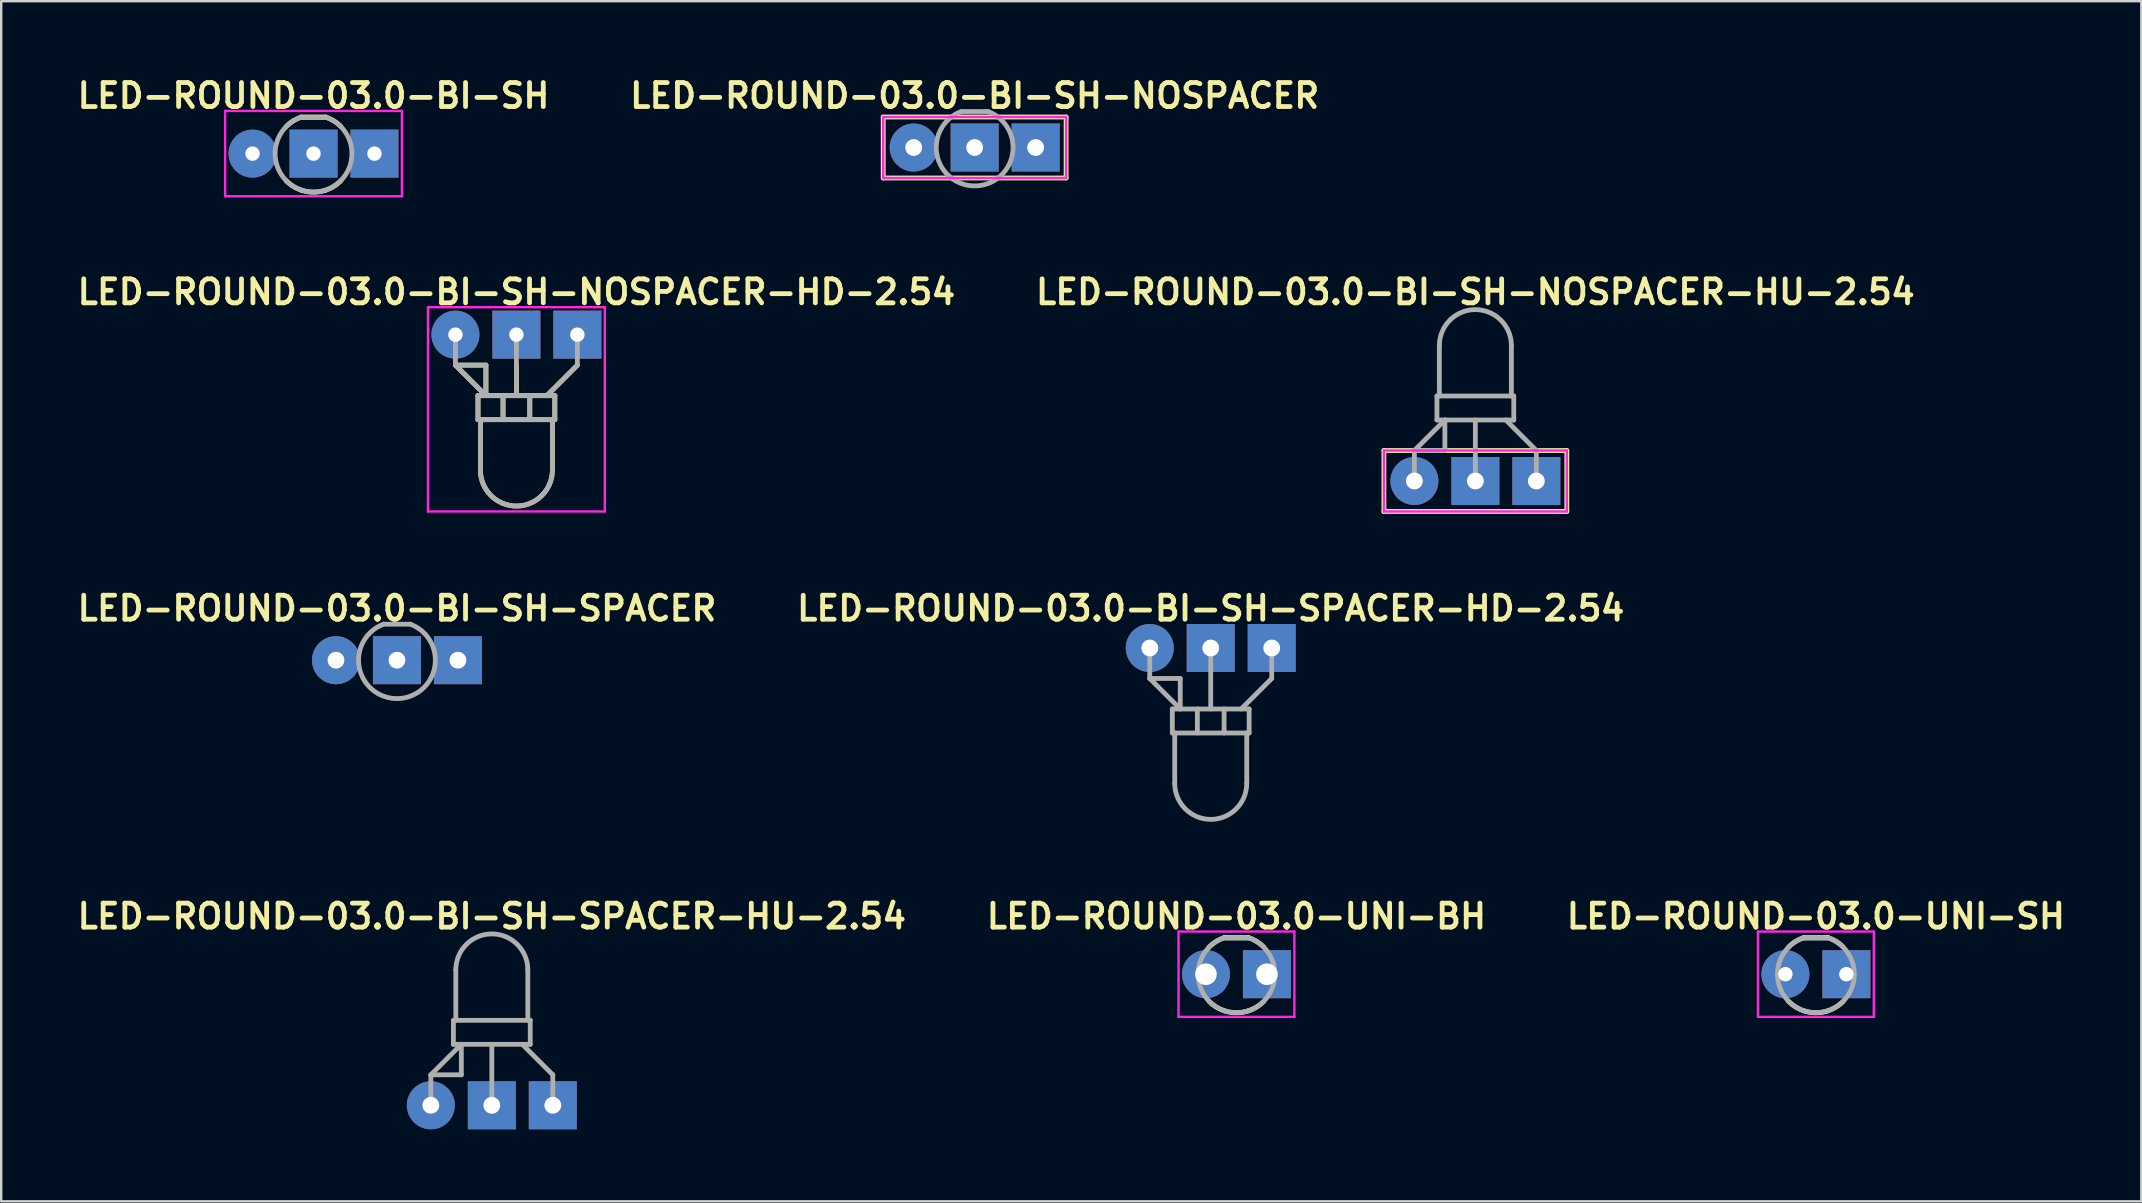
<source format=kicad_pcb>
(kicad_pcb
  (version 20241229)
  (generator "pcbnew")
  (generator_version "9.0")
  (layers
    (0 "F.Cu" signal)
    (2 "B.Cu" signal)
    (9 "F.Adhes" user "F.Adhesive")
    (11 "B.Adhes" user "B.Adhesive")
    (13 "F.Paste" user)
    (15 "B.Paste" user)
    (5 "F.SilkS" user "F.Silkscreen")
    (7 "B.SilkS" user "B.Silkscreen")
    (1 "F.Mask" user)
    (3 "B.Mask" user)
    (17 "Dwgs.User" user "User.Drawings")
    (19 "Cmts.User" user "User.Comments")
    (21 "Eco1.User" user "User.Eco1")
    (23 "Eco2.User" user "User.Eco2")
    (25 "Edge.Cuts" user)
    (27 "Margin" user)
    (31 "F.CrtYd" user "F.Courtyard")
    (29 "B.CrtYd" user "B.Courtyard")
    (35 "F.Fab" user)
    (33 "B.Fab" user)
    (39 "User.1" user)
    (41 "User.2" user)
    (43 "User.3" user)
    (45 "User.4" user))
  (footprint "LED-ROUND-03.0-UNI-SH"
    (layer "F.Cu")
    (at 72.595 37.533)
    (property "Reference" "LED-ROUND-03.0-UNI-SH" (at 0 -2.413 0) (layer "F.SilkS") (effects (font (size 1 1) (thickness 0.2))))
    (attr through_hole)
    (fp_line (start -0.508 -1.524) (end 0.508 -1.524) (stroke (width 0.2) (type solid)) (layer "F.SilkS"))
    (fp_arc (start -1.136615 -1.135229) (mid -0.84497 -1.366259) (end -0.508 -1.524) (stroke (width 0.2) (type solid)) (layer "F.SilkS"))
    (fp_arc (start -0.508 1.524) (mid -0.844554 1.366517) (end -1.135923 1.135923) (stroke (width 0.2) (type solid)) (layer "F.SilkS"))
    (fp_arc (start 0.508 -1.524) (mid 0.844971 -1.366259) (end 1.136615 -1.135229) (stroke (width 0.2) (type solid)) (layer "F.SilkS"))
    (fp_arc (start 0.508 1.524) (mid 0 1.606437) (end -0.507999 1.524) (stroke (width 0.2) (type solid)) (layer "F.SilkS"))
    (fp_arc (start 1.135923 1.135923) (mid 0.844554 1.366518) (end 0.508 1.524) (stroke (width 0.2) (type solid)) (layer "F.SilkS"))
    (fp_line (start -2.413 -1.778) (end -2.413 1.778) (stroke (width 0.1) (type solid)) (layer "F.CrtYd"))
    (fp_line (start -2.413 -1.778) (end 2.413 -1.778) (stroke (width 0.1) (type solid)) (layer "F.CrtYd"))
    (fp_line (start -2.413 1.778) (end 2.413 1.778) (stroke (width 0.1) (type solid)) (layer "F.CrtYd"))
    (fp_line (start 2.413 -1.778) (end 2.413 1.778) (stroke (width 0.1) (type solid)) (layer "F.CrtYd"))
    (fp_line (start -0.557 -1.5) (end 0.557 -1.5) (stroke (width 0.2) (type solid)) (layer "F.Fab"))
    (fp_arc (start 0.556037 -1.500274) (mid 0.000394 1.6) (end -0.556776 -1.5) (stroke (width 0.2) (type solid)) (layer "F.Fab"))
    (pad "A" thru_hole rect (at 1.27 0) (size 2 2) (drill 0.6) (layers "*.Cu" "*.Mask"))
    (pad "C" thru_hole circle (at -1.27 0) (size 2 2) (drill 0.6) (layers "*.Cu" "*.Mask")))
  (footprint "LED-ROUND-03.0-BI-SH-SPACER"
    (layer "F.Cu")
    (at 13.486 24.452)
    (property "Reference" "LED-ROUND-03.0-BI-SH-SPACER" (at 0 -2.159 0) (layer "F.SilkS") (effects (font (size 1 1) (thickness 0.2))))
    (attr through_hole)
    (fp_line (start -0.557 -1.5) (end 0.557 -1.5) (stroke (width 0.2) (type solid)) (layer "F.Fab"))
    (fp_arc (start 0.556037 -1.500274) (mid 0.000394 1.6) (end -0.556776 -1.5) (stroke (width 0.2) (type solid)) (layer "F.Fab"))
    (pad "A1" thru_hole circle (at -2.54 0) (size 2 2) (drill 0.7) (layers "B.Cu" "B.Mask"))
    (pad "A2" thru_hole rect (at 2.54 0) (size 2 2) (drill 0.7) (layers "B.Cu" "B.Mask"))
    (pad "C" thru_hole rect (at 0 0) (size 2 2) (drill 0.7) (layers "B.Cu" "B.Mask")))
  (footprint "LED-ROUND-03.0-BI-SH-SPACER-HU-2.54"
    (layer "F.Cu")
    (at 17.438 42.994)
    (property "Reference" "LED-ROUND-03.0-BI-SH-SPACER-HU-2.54" (at 0 -7.874 0) (layer "F.SilkS") (effects (font (size 1 1) (thickness 0.2))))
    (attr through_hole)
    (fp_line (start -2.54 -1.27) (end -2.54 0) (stroke (width 0.2) (type solid)) (layer "F.Fab"))
    (fp_line (start -2.54 -1.27) (end -1.27 -1.27) (stroke (width 0.2) (type solid)) (layer "F.Fab"))
    (fp_line (start -1.6 -3.54) (end -1.6 -2.54) (stroke (width 0.2) (type solid)) (layer "F.Fab"))
    (fp_line (start -1.6 -3.54) (end 1.6 -3.54) (stroke (width 0.2) (type solid)) (layer "F.Fab"))
    (fp_line (start -1.6 -2.54) (end 1.6 -2.54) (stroke (width 0.2) (type solid)) (layer "F.Fab"))
    (fp_line (start -1.5 -5.64) (end -1.5 -3.54) (stroke (width 0.2) (type solid)) (layer "F.Fab"))
    (fp_line (start -1.27 -2.54) (end -2.54 -1.27) (stroke (width 0.2) (type solid)) (layer "F.Fab"))
    (fp_line (start -1.27 -2.54) (end -1.27 -1.27) (stroke (width 0.2) (type solid)) (layer "F.Fab"))
    (fp_line (start 0 -2.54) (end 0 0) (stroke (width 0.2) (type solid)) (layer "F.Fab"))
    (fp_line (start 1.27 -2.54) (end 2.54 -1.27) (stroke (width 0.2) (type solid)) (layer "F.Fab"))
    (fp_line (start 1.5 -5.64) (end 1.5 -3.54) (stroke (width 0.2) (type solid)) (layer "F.Fab"))
    (fp_line (start 1.6 -3.54) (end 1.6 -2.54) (stroke (width 0.2) (type solid)) (layer "F.Fab"))
    (fp_line (start 2.54 -1.27) (end 2.54 0) (stroke (width 0.2) (type solid)) (layer "F.Fab"))
    (fp_arc (start -1.5 -5.64) (mid 0 -7.14) (end 1.5 -5.64) (stroke (width 0.2) (type solid)) (layer "F.Fab"))
    (pad "A1" thru_hole circle (at -2.54 0) (size 2 2) (drill 0.7) (layers "B.Cu" "B.Mask"))
    (pad "A2" thru_hole rect (at 2.54 0) (size 2 2) (drill 0.7) (layers "B.Cu" "B.Mask"))
    (pad "C" thru_hole rect (at 0 0) (size 2 2) (drill 0.7) (layers "B.Cu" "B.Mask")))
  (footprint "LED-ROUND-03.0-BI-SH-SPACER-HD-2.54"
    (layer "F.Cu")
    (at 47.386 23.944)
    (property "Reference" "LED-ROUND-03.0-BI-SH-SPACER-HD-2.54" (at 0 -1.651 0) (layer "F.SilkS") (effects (font (size 1 1) (thickness 0.2))))
    (attr through_hole)
    (fp_line (start -2.54 1.27) (end -2.54 0) (stroke (width 0.2) (type solid)) (layer "F.Fab"))
    (fp_line (start -1.6 2.54) (end 1.6 2.54) (stroke (width 0.2) (type solid)) (layer "F.Fab"))
    (fp_line (start -1.6 3.54) (end -1.6 2.54) (stroke (width 0.2) (type solid)) (layer "F.Fab"))
    (fp_line (start -1.6 3.54) (end 1.6 3.54) (stroke (width 0.2) (type solid)) (layer "F.Fab"))
    (fp_line (start -1.5 5.64) (end -1.5 3.54) (stroke (width 0.2) (type solid)) (layer "F.Fab"))
    (fp_line (start -1.27 1.27) (end -2.54 1.27) (stroke (width 0.2) (type solid)) (layer "F.Fab"))
    (fp_line (start -1.27 2.54) (end -2.54 1.27) (stroke (width 0.2) (type solid)) (layer "F.Fab"))
    (fp_line (start -1.27 2.54) (end -1.27 1.27) (stroke (width 0.2) (type solid)) (layer "F.Fab"))
    (fp_line (start -0.557 3.54) (end -0.557 2.54) (stroke (width 0.2) (type solid)) (layer "F.Fab"))
    (fp_line (start 0 2.54) (end 0 0) (stroke (width 0.2) (type solid)) (layer "F.Fab"))
    (fp_line (start 0.557 3.54) (end 0.557 2.54) (stroke (width 0.2) (type solid)) (layer "F.Fab"))
    (fp_line (start 1.27 2.54) (end 2.54 1.27) (stroke (width 0.2) (type solid)) (layer "F.Fab"))
    (fp_line (start 1.5 5.64) (end 1.5 3.54) (stroke (width 0.2) (type solid)) (layer "F.Fab"))
    (fp_line (start 1.6 3.54) (end 1.6 2.54) (stroke (width 0.2) (type solid)) (layer "F.Fab"))
    (fp_line (start 2.54 1.27) (end 2.54 0) (stroke (width 0.2) (type solid)) (layer "F.Fab"))
    (fp_arc (start 1.5 5.64) (mid 0 7.14) (end -1.5 5.64) (stroke (width 0.2) (type solid)) (layer "F.Fab"))
    (pad "A1" thru_hole circle (at -2.54 0) (size 2 2) (drill 0.7) (layers "B.Cu" "B.Mask"))
    (pad "A2" thru_hole rect (at 2.54 0) (size 2 2) (drill 0.7) (layers "B.Cu" "B.Mask"))
    (pad "C" thru_hole rect (at 0 0) (size 2 2) (drill 0.7) (layers "B.Cu" "B.Mask")))
  (footprint "LED-ROUND-03.0-BI-SH"
    (layer "F.Cu")
    (at 10.01 3.349)
    (property "Reference" "LED-ROUND-03.0-BI-SH" (at 0 -2.413 0) (layer "F.SilkS") (effects (font (size 1 1) (thickness 0.2))))
    (attr through_hole)
    (fp_line (start -0.508 -1.524) (end 0.508 -1.524) (stroke (width 0.2) (type solid)) (layer "F.SilkS"))
    (fp_arc (start -1.136615 -1.135229) (mid -0.84497 -1.366259) (end -0.508 -1.524) (stroke (width 0.2) (type solid)) (layer "F.SilkS"))
    (fp_arc (start -0.508 1.524) (mid -0.844554 1.366517) (end -1.135923 1.135923) (stroke (width 0.2) (type solid)) (layer "F.SilkS"))
    (fp_arc (start 0.508 -1.524) (mid 0.844971 -1.366259) (end 1.136615 -1.135229) (stroke (width 0.2) (type solid)) (layer "F.SilkS"))
    (fp_arc (start 0.508 1.524) (mid 0 1.606437) (end -0.507999 1.524) (stroke (width 0.2) (type solid)) (layer "F.SilkS"))
    (fp_arc (start 1.135923 1.135923) (mid 0.844554 1.366518) (end 0.508 1.524) (stroke (width 0.2) (type solid)) (layer "F.SilkS"))
    (fp_line (start -3.683 -1.778) (end -3.683 1.778) (stroke (width 0.1) (type solid)) (layer "F.CrtYd"))
    (fp_line (start -3.683 -1.778) (end 3.683 -1.778) (stroke (width 0.1) (type solid)) (layer "F.CrtYd"))
    (fp_line (start -3.683 1.778) (end 3.683 1.778) (stroke (width 0.1) (type solid)) (layer "F.CrtYd"))
    (fp_line (start 3.683 -1.778) (end 3.683 1.778) (stroke (width 0.1) (type solid)) (layer "F.CrtYd"))
    (fp_line (start -0.557 -1.5) (end 0.557 -1.5) (stroke (width 0.2) (type solid)) (layer "F.Fab"))
    (fp_arc (start 0.556037 -1.500274) (mid 0.000394 1.6) (end -0.556776 -1.5) (stroke (width 0.2) (type solid)) (layer "F.Fab"))
    (pad "A1" thru_hole circle (at -2.54 0) (size 2 2) (drill 0.6) (layers "*.Cu" "*.Mask"))
    (pad "A2" thru_hole rect (at 2.54 0) (size 2 2) (drill 0.6) (layers "*.Cu" "*.Mask"))
    (pad "C" thru_hole rect (at 0 0) (size 2 2) (drill 0.6) (layers "*.Cu" "*.Mask")))
  (footprint "LED-ROUND-03.0-BI-SH-NOSPACER-HU-2.54"
    (layer "F.Cu")
    (at 58.41 16.987)
    (property "Reference" "LED-ROUND-03.0-BI-SH-NOSPACER-HU-2.54" (at 0 -7.874 0) (layer "F.SilkS") (effects (font (size 1 1) (thickness 0.2))))
    (attr through_hole)
    (fp_line (start -3.81 -1.27) (end -3.81 1.27) (stroke (width 0.2) (type solid)) (layer "F.SilkS"))
    (fp_line (start -3.81 -1.27) (end 3.81 -1.27) (stroke (width 0.2) (type solid)) (layer "F.SilkS"))
    (fp_line (start -3.81 1.27) (end 3.81 1.27) (stroke (width 0.2) (type solid)) (layer "F.SilkS"))
    (fp_line (start 3.81 -1.27) (end 3.81 1.27) (stroke (width 0.2) (type solid)) (layer "F.SilkS"))
    (fp_line (start -3.81 -1.27) (end -3.81 1.27) (stroke (width 0.1) (type solid)) (layer "F.CrtYd"))
    (fp_line (start -3.81 -1.27) (end 3.81 -1.27) (stroke (width 0.1) (type solid)) (layer "F.CrtYd"))
    (fp_line (start -3.81 1.27) (end 3.81 1.27) (stroke (width 0.1) (type solid)) (layer "F.CrtYd"))
    (fp_line (start 3.81 -1.27) (end 3.81 1.27) (stroke (width 0.1) (type solid)) (layer "F.CrtYd"))
    (fp_line (start -2.54 -1.27) (end -2.54 0) (stroke (width 0.2) (type solid)) (layer "F.Fab"))
    (fp_line (start -2.54 -1.27) (end -1.27 -1.27) (stroke (width 0.2) (type solid)) (layer "F.Fab"))
    (fp_line (start -1.6 -3.54) (end -1.6 -2.54) (stroke (width 0.2) (type solid)) (layer "F.Fab"))
    (fp_line (start -1.6 -3.54) (end 1.6 -3.54) (stroke (width 0.2) (type solid)) (layer "F.Fab"))
    (fp_line (start -1.6 -2.54) (end 1.6 -2.54) (stroke (width 0.2) (type solid)) (layer "F.Fab"))
    (fp_line (start -1.5 -5.64) (end -1.5 -3.54) (stroke (width 0.2) (type solid)) (layer "F.Fab"))
    (fp_line (start -1.27 -2.54) (end -2.54 -1.27) (stroke (width 0.2) (type solid)) (layer "F.Fab"))
    (fp_line (start -1.27 -2.54) (end -1.27 -1.27) (stroke (width 0.2) (type solid)) (layer "F.Fab"))
    (fp_line (start 0 -2.54) (end 0 0) (stroke (width 0.2) (type solid)) (layer "F.Fab"))
    (fp_line (start 1.27 -2.54) (end 2.54 -1.27) (stroke (width 0.2) (type solid)) (layer "F.Fab"))
    (fp_line (start 1.5 -5.64) (end 1.5 -3.54) (stroke (width 0.2) (type solid)) (layer "F.Fab"))
    (fp_line (start 1.6 -3.54) (end 1.6 -2.54) (stroke (width 0.2) (type solid)) (layer "F.Fab"))
    (fp_line (start 2.54 -1.27) (end 2.54 0) (stroke (width 0.2) (type solid)) (layer "F.Fab"))
    (fp_arc (start -1.5 -5.64) (mid 0 -7.14) (end 1.5 -5.64) (stroke (width 0.2) (type solid)) (layer "F.Fab"))
    (pad "A1" thru_hole circle (at -2.54 0) (size 2 2) (drill 0.7) (layers "*.Cu" "*.Mask"))
    (pad "A2" thru_hole rect (at 2.54 0) (size 2 2) (drill 0.7) (layers "*.Cu" "*.Mask"))
    (pad "C" thru_hole rect (at 0 0) (size 2 2) (drill 0.7) (layers "*.Cu" "*.Mask")))
  (footprint "LED-ROUND-03.0-UNI-BH"
    (layer "F.Cu")
    (at 48.457 37.533)
    (property "Reference" "LED-ROUND-03.0-UNI-BH" (at 0 -2.413 0) (layer "F.SilkS") (effects (font (size 1 1) (thickness 0.2))))
    (attr through_hole)
    (fp_line (start -0.508 -1.524) (end 0.508 -1.524) (stroke (width 0.2) (type solid)) (layer "F.SilkS"))
    (fp_arc (start -1.136615 -1.135229) (mid -0.84497 -1.366259) (end -0.508 -1.524) (stroke (width 0.2) (type solid)) (layer "F.SilkS"))
    (fp_arc (start -0.508 1.524) (mid -0.844554 1.366517) (end -1.135923 1.135923) (stroke (width 0.2) (type solid)) (layer "F.SilkS"))
    (fp_arc (start 0.508 -1.524) (mid 0.844971 -1.366259) (end 1.136615 -1.135229) (stroke (width 0.2) (type solid)) (layer "F.SilkS"))
    (fp_arc (start 0.508 1.524) (mid 0 1.606437) (end -0.507999 1.524) (stroke (width 0.2) (type solid)) (layer "F.SilkS"))
    (fp_arc (start 1.135923 1.135923) (mid 0.844554 1.366518) (end 0.508 1.524) (stroke (width 0.2) (type solid)) (layer "F.SilkS"))
    (fp_line (start -2.413 -1.778) (end -2.413 1.778) (stroke (width 0.1) (type solid)) (layer "F.CrtYd"))
    (fp_line (start -2.413 -1.778) (end 2.413 -1.778) (stroke (width 0.1) (type solid)) (layer "F.CrtYd"))
    (fp_line (start -2.413 1.778) (end 2.413 1.778) (stroke (width 0.1) (type solid)) (layer "F.CrtYd"))
    (fp_line (start 2.413 -1.778) (end 2.413 1.778) (stroke (width 0.1) (type solid)) (layer "F.CrtYd"))
    (fp_line (start -0.557 -1.5) (end 0.557 -1.5) (stroke (width 0.2) (type solid)) (layer "F.Fab"))
    (fp_arc (start 0.556037 -1.500274) (mid 0.000394 1.6) (end -0.556776 -1.5) (stroke (width 0.2) (type solid)) (layer "F.Fab"))
    (pad "A" thru_hole rect (at 1.27 0) (size 2 2) (drill 0.9) (layers "B.Cu" "B.Mask"))
    (pad "C" thru_hole circle (at -1.27 0) (size 2 2) (drill 0.9) (layers "B.Cu" "B.Mask")))
  (footprint "LED-ROUND-03.0-BI-SH-NOSPACER-HD-2.54"
    (layer "F.Cu")
    (at 18.462 10.891)
    (property "Reference" "LED-ROUND-03.0-BI-SH-NOSPACER-HD-2.54" (at 0 -1.778 0) (layer "F.SilkS") (effects (font (size 1 1) (thickness 0.2))))
    (attr through_hole)
    (fp_line (start -1.6 2.54) (end 1.6 2.54) (stroke (width 0.2) (type solid)) (layer "F.SilkS"))
    (fp_line (start -1.6 3.54) (end -1.6 2.54) (stroke (width 0.2) (type solid)) (layer "F.SilkS"))
    (fp_line (start -1.6 3.54) (end 1.6 3.54) (stroke (width 0.2) (type solid)) (layer "F.SilkS"))
    (fp_line (start -1.5 5.64) (end -1.5 3.54) (stroke (width 0.2) (type solid)) (layer "F.SilkS"))
    (fp_line (start -1.27 1.27) (end -2.54 1.27) (stroke (width 0.2) (type solid)) (layer "F.SilkS"))
    (fp_line (start -1.27 2.54) (end -2.54 1.27) (stroke (width 0.2) (type solid)) (layer "F.SilkS"))
    (fp_line (start -1.27 2.54) (end -1.27 1.27) (stroke (width 0.2) (type solid)) (layer "F.SilkS"))
    (fp_line (start -0.557 3.54) (end -0.557 2.54) (stroke (width 0.2) (type solid)) (layer "F.SilkS"))
    (fp_line (start 0 2.54) (end 0 1.27) (stroke (width 0.2) (type solid)) (layer "F.SilkS"))
    (fp_line (start 0.557 3.54) (end 0.557 2.54) (stroke (width 0.2) (type solid)) (layer "F.SilkS"))
    (fp_line (start 1.27 2.54) (end 2.54 1.27) (stroke (width 0.2) (type solid)) (layer "F.SilkS"))
    (fp_line (start 1.5 5.64) (end 1.5 3.54) (stroke (width 0.2) (type solid)) (layer "F.SilkS"))
    (fp_line (start 1.6 3.54) (end 1.6 2.54) (stroke (width 0.2) (type solid)) (layer "F.SilkS"))
    (fp_arc (start 1.5 5.64) (mid 0 7.14) (end -1.5 5.64) (stroke (width 0.2) (type solid)) (layer "F.SilkS"))
    (fp_line (start -3.683 -1.143) (end -3.683 7.366) (stroke (width 0.1) (type solid)) (layer "F.CrtYd"))
    (fp_line (start -3.683 -1.143) (end 3.683 -1.143) (stroke (width 0.1) (type solid)) (layer "F.CrtYd"))
    (fp_line (start -3.683 7.366) (end 3.683 7.366) (stroke (width 0.1) (type solid)) (layer "F.CrtYd"))
    (fp_line (start 3.683 -1.143) (end 3.683 7.366) (stroke (width 0.1) (type solid)) (layer "F.CrtYd"))
    (fp_line (start -2.54 1.27) (end -2.54 0) (stroke (width 0.2) (type solid)) (layer "F.Fab"))
    (fp_line (start -1.6 2.54) (end 1.6 2.54) (stroke (width 0.2) (type solid)) (layer "F.Fab"))
    (fp_line (start -1.6 3.54) (end -1.6 2.54) (stroke (width 0.2) (type solid)) (layer "F.Fab"))
    (fp_line (start -1.6 3.54) (end 1.6 3.54) (stroke (width 0.2) (type solid)) (layer "F.Fab"))
    (fp_line (start -1.5 5.64) (end -1.5 3.54) (stroke (width 0.2) (type solid)) (layer "F.Fab"))
    (fp_line (start -1.27 1.27) (end -2.54 1.27) (stroke (width 0.2) (type solid)) (layer "F.Fab"))
    (fp_line (start -1.27 2.54) (end -2.54 1.27) (stroke (width 0.2) (type solid)) (layer "F.Fab"))
    (fp_line (start -1.27 2.54) (end -1.27 1.27) (stroke (width 0.2) (type solid)) (layer "F.Fab"))
    (fp_line (start -0.557 3.54) (end -0.557 2.54) (stroke (width 0.2) (type solid)) (layer "F.Fab"))
    (fp_line (start 0 2.54) (end 0 0) (stroke (width 0.2) (type solid)) (layer "F.Fab"))
    (fp_line (start 0.557 3.54) (end 0.557 2.54) (stroke (width 0.2) (type solid)) (layer "F.Fab"))
    (fp_line (start 1.27 2.54) (end 2.54 1.27) (stroke (width 0.2) (type solid)) (layer "F.Fab"))
    (fp_line (start 1.5 5.64) (end 1.5 3.54) (stroke (width 0.2) (type solid)) (layer "F.Fab"))
    (fp_line (start 1.6 3.54) (end 1.6 2.54) (stroke (width 0.2) (type solid)) (layer "F.Fab"))
    (fp_line (start 2.54 1.27) (end 2.54 0) (stroke (width 0.2) (type solid)) (layer "F.Fab"))
    (fp_arc (start 1.5 5.64) (mid 0 7.14) (end -1.5 5.64) (stroke (width 0.2) (type solid)) (layer "F.Fab"))
    (pad "A1" thru_hole circle (at -2.54 0) (size 2 2) (drill 0.6) (layers "*.Cu" "*.Mask"))
    (pad "A2" thru_hole rect (at 2.54 0) (size 2 2) (drill 0.6) (layers "*.Cu" "*.Mask"))
    (pad "C" thru_hole rect (at 0 0) (size 2 2) (drill 0.6) (layers "*.Cu" "*.Mask")))
  (footprint "LED-ROUND-03.0-BI-SH-NOSPACER"
    (layer "F.Cu")
    (at 37.552 3.095)
    (property "Reference" "LED-ROUND-03.0-BI-SH-NOSPACER" (at 0 -2.159 0) (layer "F.SilkS") (effects (font (size 1 1) (thickness 0.2))))
    (attr through_hole)
    (fp_line (start -3.81 -1.27) (end -3.81 1.27) (stroke (width 0.2) (type solid)) (layer "F.SilkS"))
    (fp_line (start -3.81 -1.27) (end 3.81 -1.27) (stroke (width 0.2) (type solid)) (layer "F.SilkS"))
    (fp_line (start -3.81 1.27) (end 3.81 1.27) (stroke (width 0.2) (type solid)) (layer "F.SilkS"))
    (fp_line (start 3.81 -1.27) (end 3.81 1.27) (stroke (width 0.2) (type solid)) (layer "F.SilkS"))
    (fp_line (start -3.81 -1.27) (end -3.81 1.27) (stroke (width 0.1) (type solid)) (layer "F.CrtYd"))
    (fp_line (start -3.81 -1.27) (end 3.81 -1.27) (stroke (width 0.1) (type solid)) (layer "F.CrtYd"))
    (fp_line (start -3.81 1.27) (end 3.81 1.27) (stroke (width 0.1) (type solid)) (layer "F.CrtYd"))
    (fp_line (start 3.81 -1.27) (end 3.81 1.27) (stroke (width 0.1) (type solid)) (layer "F.CrtYd"))
    (fp_line (start -0.557 -1.5) (end 0.557 -1.5) (stroke (width 0.2) (type solid)) (layer "F.Fab"))
    (fp_arc (start 0.556037 -1.500274) (mid 0.000394 1.6) (end -0.556776 -1.5) (stroke (width 0.2) (type solid)) (layer "F.Fab"))
    (pad "A1" thru_hole circle (at -2.54 0) (size 2 2) (drill 0.7) (layers "*.Cu" "*.Mask"))
    (pad "A2" thru_hole rect (at 2.54 0) (size 2 2) (drill 0.7) (layers "*.Cu" "*.Mask"))
    (pad "C" thru_hole rect (at 0 0) (size 2 2) (drill 0.7) (layers "*.Cu" "*.Mask")))
  (gr_rect
    (start -3 -3)
    (end 86.152 46.994)
    (stroke (width 0.1) (type default))
    (fill no)
    (layer "Edge.Cuts")))
</source>
